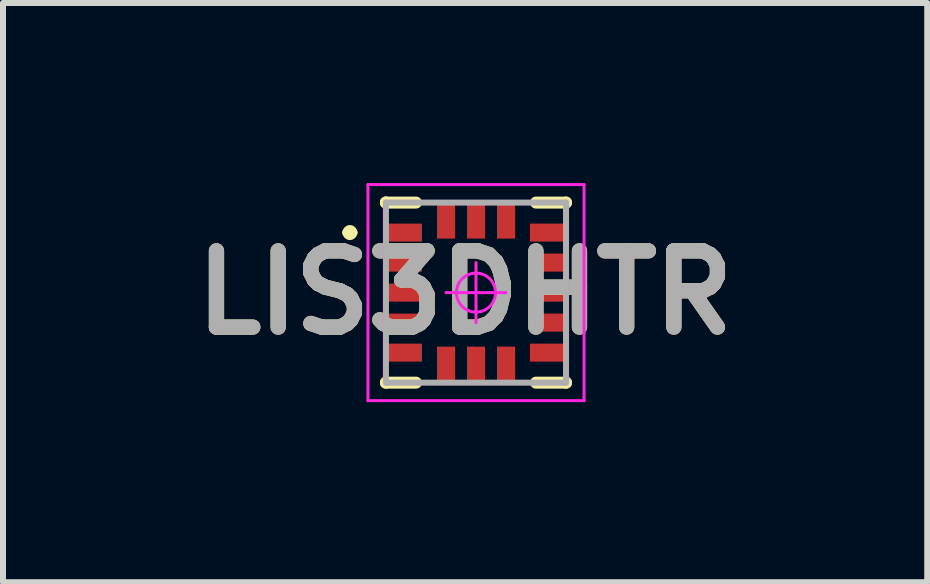
<source format=kicad_pcb>
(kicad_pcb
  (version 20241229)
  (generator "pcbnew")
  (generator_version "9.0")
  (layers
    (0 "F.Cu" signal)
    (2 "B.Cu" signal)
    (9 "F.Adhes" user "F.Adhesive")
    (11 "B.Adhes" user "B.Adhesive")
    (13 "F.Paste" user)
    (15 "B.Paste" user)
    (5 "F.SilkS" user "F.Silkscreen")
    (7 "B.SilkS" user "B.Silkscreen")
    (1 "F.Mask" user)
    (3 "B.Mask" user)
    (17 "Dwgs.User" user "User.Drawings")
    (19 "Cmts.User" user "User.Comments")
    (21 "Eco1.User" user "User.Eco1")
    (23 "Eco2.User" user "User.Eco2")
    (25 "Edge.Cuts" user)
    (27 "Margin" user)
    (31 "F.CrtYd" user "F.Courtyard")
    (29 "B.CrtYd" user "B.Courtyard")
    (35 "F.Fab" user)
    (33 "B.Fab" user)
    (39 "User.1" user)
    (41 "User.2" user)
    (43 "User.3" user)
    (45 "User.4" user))
  (footprint "LIS3DHTR"
    (layer "F.Cu")
    (at 4.88 1.825)
    (property "Reference" "LIS3DHTR" (at -0.181 0 0) (layer "F.SilkS") (effects (font (size 1.27 1.27) (thickness 0.254))))
    (attr smd)
    (fp_line (start -2.163 -1) (end -2.163 -1) (stroke (width 0.125) (type solid)) (layer "F.SilkS"))
    (fp_line (start -2.038 -1) (end -2.038 -1) (stroke (width 0.125) (type solid)) (layer "F.SilkS"))
    (fp_line (start -1.5 -1.5) (end -1.5 -1.5) (stroke (width 0.2) (type solid)) (layer "F.SilkS"))
    (fp_line (start -1.5 -1.5) (end -1.5 -1.5) (stroke (width 0.2) (type solid)) (layer "F.SilkS"))
    (fp_line (start -1.5 -1.5) (end -1 -1.5) (stroke (width 0.2) (type solid)) (layer "F.SilkS"))
    (fp_line (start -1.5 1.5) (end -1.5 1.5) (stroke (width 0.2) (type solid)) (layer "F.SilkS"))
    (fp_line (start -1.5 1.5) (end -1 1.5) (stroke (width 0.2) (type solid)) (layer "F.SilkS"))
    (fp_line (start 1.5 -1.5) (end 1 -1.5) (stroke (width 0.2) (type solid)) (layer "F.SilkS"))
    (fp_line (start 1.5 -1.5) (end 1.5 -1.5) (stroke (width 0.2) (type solid)) (layer "F.SilkS"))
    (fp_line (start 1.5 1.5) (end 1 1.5) (stroke (width 0.2) (type solid)) (layer "F.SilkS"))
    (fp_line (start 1.5 1.5) (end 1.5 1.5) (stroke (width 0.2) (type solid)) (layer "F.SilkS"))
    (fp_arc (start -2.163 -1.001) (mid -2.1 -1.063) (end -2.038 -1) (stroke (width 0.125) (type solid)) (layer "F.SilkS"))
    (fp_arc (start -2.038 -1.001) (mid -2.1 -0.938) (end -2.163 -1) (stroke (width 0.125) (type solid)) (layer "F.SilkS"))
    (fp_line (start -1.8 -1.8) (end -1.8 1.8) (stroke (width 0.05) (type solid)) (layer "F.CrtYd"))
    (fp_line (start -1.8 1.8) (end 1.8 1.8) (stroke (width 0.05) (type solid)) (layer "F.CrtYd"))
    (fp_line (start -1.55 -1.55) (end -1.55 1.55) (stroke (width 0.001) (type solid)) (layer "F.CrtYd"))
    (fp_line (start -1.55 1.55) (end 1.55 1.55) (stroke (width 0.001) (type solid)) (layer "F.CrtYd"))
    (fp_line (start -0.5 0) (end 0.5 0) (stroke (width 0.05) (type solid)) (layer "F.CrtYd"))
    (fp_line (start -0.325 0) (end -0.325 0) (stroke (width 0.05) (type solid)) (layer "F.CrtYd"))
    (fp_line (start 0 0.5) (end 0 -0.5) (stroke (width 0.05) (type solid)) (layer "F.CrtYd"))
    (fp_line (start 0.325 0) (end 0.325 0) (stroke (width 0.05) (type solid)) (layer "F.CrtYd"))
    (fp_line (start 1.55 -1.55) (end -1.55 -1.55) (stroke (width 0.001) (type solid)) (layer "F.CrtYd"))
    (fp_line (start 1.55 1.55) (end 1.55 -1.55) (stroke (width 0.001) (type solid)) (layer "F.CrtYd"))
    (fp_line (start 1.8 -1.8) (end -1.8 -1.8) (stroke (width 0.05) (type solid)) (layer "F.CrtYd"))
    (fp_line (start 1.8 1.8) (end 1.8 -1.8) (stroke (width 0.05) (type solid)) (layer "F.CrtYd"))
    (fp_arc (start -0.325 0) (mid 0 -0.325) (end 0.325 0) (stroke (width 0.05) (type solid)) (layer "F.CrtYd"))
    (fp_arc (start 0.325 0) (mid 0 0.325) (end -0.325 0) (stroke (width 0.05) (type solid)) (layer "F.CrtYd"))
    (fp_line (start -1.5 -1.5) (end -1.5 1.5) (stroke (width 0.1) (type solid)) (layer "F.Fab"))
    (fp_line (start -1.5 1.5) (end 1.5 1.5) (stroke (width 0.1) (type solid)) (layer "F.Fab"))
    (fp_line (start 1.5 -1.5) (end -1.5 -1.5) (stroke (width 0.1) (type solid)) (layer "F.Fab"))
    (fp_line (start 1.5 1.5) (end 1.5 -1.5) (stroke (width 0.1) (type solid)) (layer "F.Fab"))
    (fp_text user "${REFERENCE}" (at -0.181 0 0) (layer "F.Fab") (effects (font (size 1.27 1.27) (thickness 0.254))))
    (pad "1" smd rect (at -1.2 -1 90) (size 0.3 0.6) (layers "F.Cu" "F.Mask" "F.Paste"))
    (pad "2" smd rect (at -1.2 -0.5 90) (size 0.3 0.6) (layers "F.Cu" "F.Mask" "F.Paste"))
    (pad "3" smd rect (at -1.2 0 90) (size 0.3 0.6) (layers "F.Cu" "F.Mask" "F.Paste"))
    (pad "4" smd rect (at -1.2 0.5 90) (size 0.3 0.6) (layers "F.Cu" "F.Mask" "F.Paste"))
    (pad "5" smd rect (at -1.2 1 90) (size 0.3 0.6) (layers "F.Cu" "F.Mask" "F.Paste"))
    (pad "6" smd rect (at -0.5 1.2) (size 0.3 0.6) (layers "F.Cu" "F.Mask" "F.Paste"))
    (pad "7" smd rect (at 0 1.2) (size 0.3 0.6) (layers "F.Cu" "F.Mask" "F.Paste"))
    (pad "8" smd rect (at 0.5 1.2) (size 0.3 0.6) (layers "F.Cu" "F.Mask" "F.Paste"))
    (pad "9" smd rect (at 1.2 1 90) (size 0.3 0.6) (layers "F.Cu" "F.Mask" "F.Paste"))
    (pad "10" smd rect (at 1.2 0.5 90) (size 0.3 0.6) (layers "F.Cu" "F.Mask" "F.Paste"))
    (pad "11" smd rect (at 1.2 0 90) (size 0.3 0.6) (layers "F.Cu" "F.Mask" "F.Paste"))
    (pad "12" smd rect (at 1.2 -0.5 90) (size 0.3 0.6) (layers "F.Cu" "F.Mask" "F.Paste"))
    (pad "13" smd rect (at 1.2 -1 90) (size 0.3 0.6) (layers "F.Cu" "F.Mask" "F.Paste"))
    (pad "14" smd rect (at 0.5 -1.2) (size 0.3 0.6) (layers "F.Cu" "F.Mask" "F.Paste"))
    (pad "15" smd rect (at 0 -1.2) (size 0.3 0.6) (layers "F.Cu" "F.Mask" "F.Paste"))
    (pad "16" smd rect (at -0.5 -1.2) (size 0.3 0.6) (layers "F.Cu" "F.Mask" "F.Paste")))
  (gr_rect
    (start -3 -3)
    (end 12.398 6.65)
    (stroke (width 0.1) (type default))
    (fill no)
    (layer "Edge.Cuts")))
</source>
